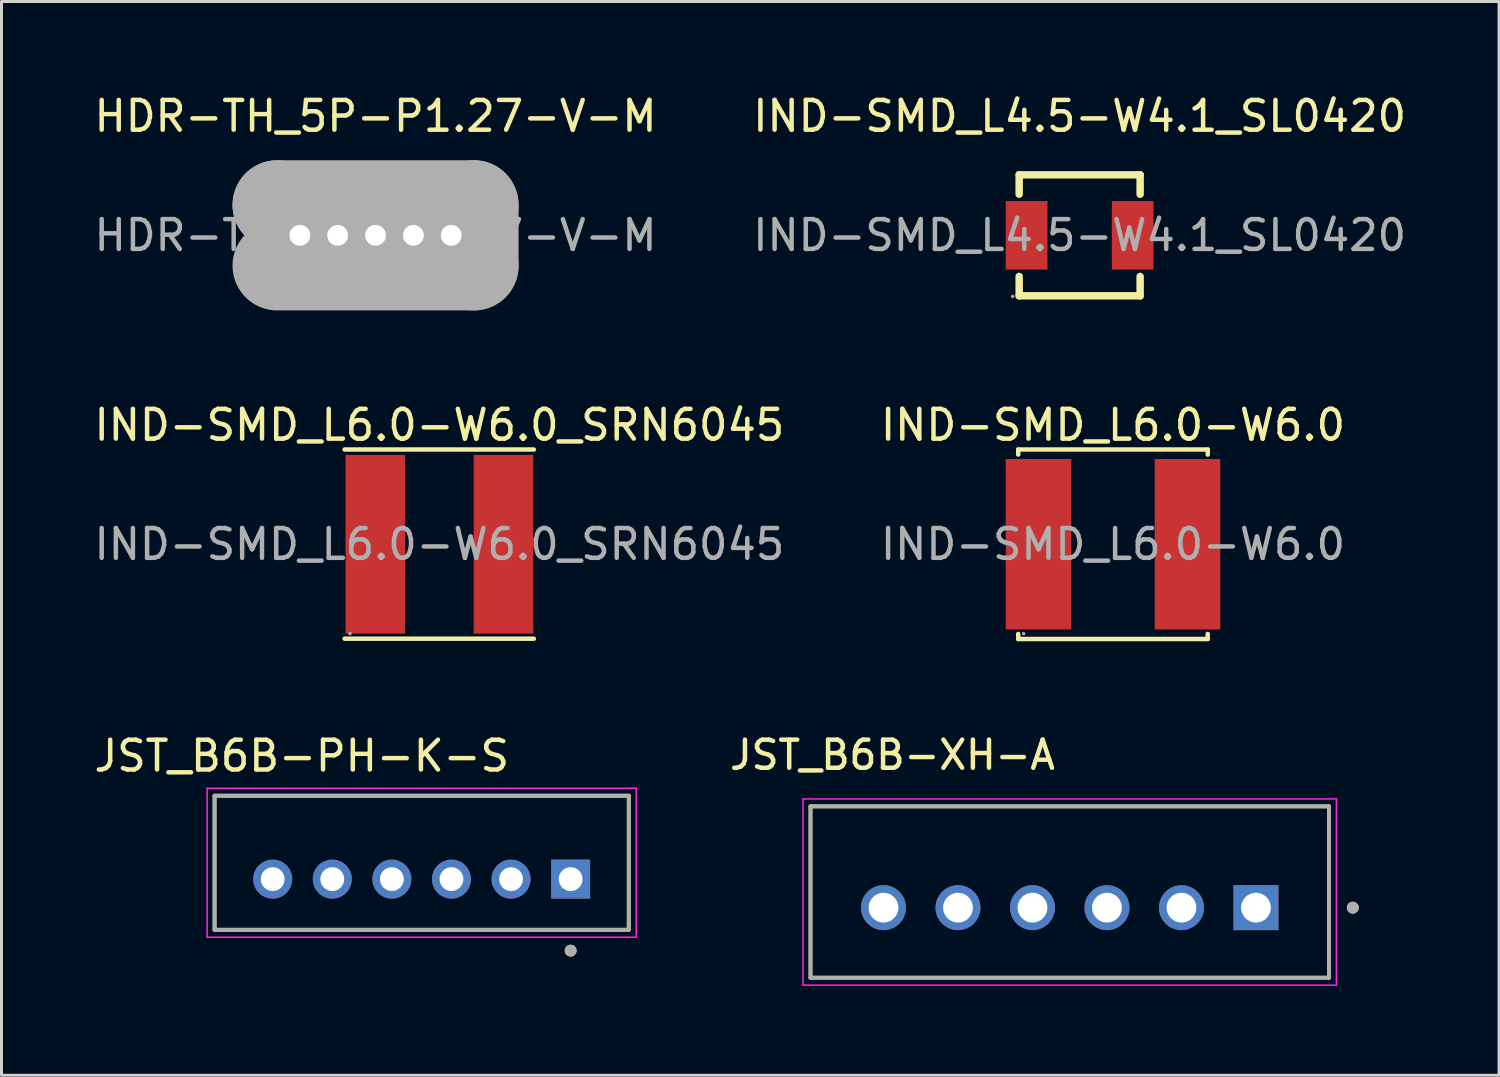
<source format=kicad_pcb>
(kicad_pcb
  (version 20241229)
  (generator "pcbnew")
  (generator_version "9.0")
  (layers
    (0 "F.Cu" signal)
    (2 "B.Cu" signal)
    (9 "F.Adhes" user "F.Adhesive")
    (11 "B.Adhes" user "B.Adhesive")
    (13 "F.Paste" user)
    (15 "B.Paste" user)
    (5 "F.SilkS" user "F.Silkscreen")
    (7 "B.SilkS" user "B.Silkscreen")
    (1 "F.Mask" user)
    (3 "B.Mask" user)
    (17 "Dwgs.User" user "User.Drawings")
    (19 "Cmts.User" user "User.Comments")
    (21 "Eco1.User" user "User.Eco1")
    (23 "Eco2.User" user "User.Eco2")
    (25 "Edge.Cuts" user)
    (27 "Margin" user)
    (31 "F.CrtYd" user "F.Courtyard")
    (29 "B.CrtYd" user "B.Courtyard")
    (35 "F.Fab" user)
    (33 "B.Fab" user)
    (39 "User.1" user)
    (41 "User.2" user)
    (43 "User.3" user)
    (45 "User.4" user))
  (footprint "JST_B6B-PH-K-S"
    (layer "F.Cu")
    (at 11.102 25.905)
    (property "Reference" "JST_B6B-PH-K-S" (at -4.025 -3.585 0) (layer "F.SilkS") (effects (font (size 1 1) (thickness 0.15))))
    (attr through_hole)
    (fp_line (start -6.95 -2.25) (end 6.95 -2.25) (stroke (width 0.127) (type solid)) (layer "F.SilkS"))
    (fp_line (start -6.95 2.25) (end -6.95 -2.25) (stroke (width 0.127) (type solid)) (layer "F.SilkS"))
    (fp_line (start 6.95 -2.25) (end 6.95 2.25) (stroke (width 0.127) (type solid)) (layer "F.SilkS"))
    (fp_line (start 6.95 2.25) (end -6.95 2.25) (stroke (width 0.127) (type solid)) (layer "F.SilkS"))
    (fp_circle (center 5 2.95) (end 5.1 2.95) (stroke (width 0.2) (type solid)) (fill no) (layer "F.SilkS"))
    (fp_line (start -7.2 -2.5) (end 7.2 -2.5) (stroke (width 0.05) (type solid)) (layer "F.CrtYd"))
    (fp_line (start -7.2 2.5) (end -7.2 -2.5) (stroke (width 0.05) (type solid)) (layer "F.CrtYd"))
    (fp_line (start 7.2 -2.5) (end 7.2 2.5) (stroke (width 0.05) (type solid)) (layer "F.CrtYd"))
    (fp_line (start 7.2 2.5) (end -7.2 2.5) (stroke (width 0.05) (type solid)) (layer "F.CrtYd"))
    (fp_line (start -6.95 -2.25) (end 6.95 -2.25) (stroke (width 0.127) (type solid)) (layer "F.Fab"))
    (fp_line (start -6.95 2.25) (end -6.95 -2.25) (stroke (width 0.127) (type solid)) (layer "F.Fab"))
    (fp_line (start 6.95 -2.25) (end 6.95 2.25) (stroke (width 0.127) (type solid)) (layer "F.Fab"))
    (fp_line (start 6.95 2.25) (end -6.95 2.25) (stroke (width 0.127) (type solid)) (layer "F.Fab"))
    (fp_circle (center 5 2.95) (end 5.1 2.95) (stroke (width 0.2) (type solid)) (fill no) (layer "F.Fab"))
    (pad "1" thru_hole rect (at 5 0.55) (size 1.308 1.308) (drill 0.8) (layers "*.Cu" "*.Mask"))
    (pad "2" thru_hole circle (at 3 0.55) (size 1.308 1.308) (drill 0.8) (layers "*.Cu" "*.Mask"))
    (pad "3" thru_hole circle (at 1 0.55) (size 1.308 1.308) (drill 0.8) (layers "*.Cu" "*.Mask"))
    (pad "4" thru_hole circle (at -1 0.55) (size 1.308 1.308) (drill 0.8) (layers "*.Cu" "*.Mask"))
    (pad "5" thru_hole circle (at -3 0.55) (size 1.308 1.308) (drill 0.8) (layers "*.Cu" "*.Mask"))
    (pad "6" thru_hole circle (at -5 0.55) (size 1.308 1.308) (drill 0.8) (layers "*.Cu" "*.Mask")))
  (footprint "JST_B6B-XH-A"
    (layer "F.Cu")
    (at 32.852 26.888)
    (property "Reference" "JST_B6B-XH-A" (at -5.95 -4.6 0) (layer "F.SilkS") (effects (font (size 0.945 0.945) (thickness 0.15))))
    (attr through_hole)
    (fp_line (start -8.7 -2.875) (end 8.7 -2.875) (stroke (width 0.127) (type solid)) (layer "F.SilkS"))
    (fp_line (start -8.7 2.875) (end -8.7 -2.875) (stroke (width 0.127) (type solid)) (layer "F.SilkS"))
    (fp_line (start 8.7 -2.875) (end 8.7 2.875) (stroke (width 0.127) (type solid)) (layer "F.SilkS"))
    (fp_line (start 8.7 2.875) (end -8.7 2.875) (stroke (width 0.127) (type solid)) (layer "F.SilkS"))
    (fp_circle (center 9.5 0.525) (end 9.6 0.525) (stroke (width 0.2) (type solid)) (fill no) (layer "F.SilkS"))
    (fp_line (start -8.95 -3.125) (end 8.95 -3.125) (stroke (width 0.05) (type solid)) (layer "F.CrtYd"))
    (fp_line (start -8.95 3.125) (end -8.95 -3.125) (stroke (width 0.05) (type solid)) (layer "F.CrtYd"))
    (fp_line (start 8.95 -3.125) (end 8.95 3.125) (stroke (width 0.05) (type solid)) (layer "F.CrtYd"))
    (fp_line (start 8.95 3.125) (end -8.95 3.125) (stroke (width 0.05) (type solid)) (layer "F.CrtYd"))
    (fp_line (start -8.7 -2.875) (end 8.7 -2.875) (stroke (width 0.127) (type solid)) (layer "F.Fab"))
    (fp_line (start -8.7 2.875) (end -8.7 -2.875) (stroke (width 0.127) (type solid)) (layer "F.Fab"))
    (fp_line (start 8.7 -2.875) (end 8.7 2.875) (stroke (width 0.127) (type solid)) (layer "F.Fab"))
    (fp_line (start 8.7 2.875) (end -8.7 2.875) (stroke (width 0.127) (type solid)) (layer "F.Fab"))
    (fp_circle (center 9.5 0.525) (end 9.6 0.525) (stroke (width 0.2) (type solid)) (fill no) (layer "F.Fab"))
    (pad "1" thru_hole rect (at 6.25 0.525) (size 1.508 1.508) (drill 1) (layers "*.Cu" "*.Mask"))
    (pad "2" thru_hole circle (at 3.75 0.525) (size 1.508 1.508) (drill 1) (layers "*.Cu" "*.Mask"))
    (pad "3" thru_hole circle (at 1.25 0.525) (size 1.508 1.508) (drill 1) (layers "*.Cu" "*.Mask"))
    (pad "4" thru_hole circle (at -1.25 0.525) (size 1.508 1.508) (drill 1) (layers "*.Cu" "*.Mask"))
    (pad "5" thru_hole circle (at -3.75 0.525) (size 1.508 1.508) (drill 1) (layers "*.Cu" "*.Mask"))
    (pad "6" thru_hole circle (at -6.25 0.525) (size 1.508 1.508) (drill 1) (layers "*.Cu" "*.Mask")))
  (footprint "IND-SMD_L6.0-W6.0_SRN6045"
    (layer "F.Cu")
    (at 11.696 15.216)
    (property "Reference" "IND-SMD_L6.0-W6.0_SRN6045" (at 0 -4 0) (layer "F.SilkS") (effects (font (size 1 1) (thickness 0.15))))
    (attr through_hole)
    (fp_line (start -3.18 -3.18) (end 3.17 -3.18) (stroke (width 0.15) (type solid)) (layer "F.SilkS"))
    (fp_line (start -3.18 3.17) (end 3.17 3.17) (stroke (width 0.15) (type solid)) (layer "F.SilkS"))
    (fp_circle (center -3 3) (end -2.97 3) (stroke (width 0.06) (type solid)) (fill no) (layer "F.Fab"))
    (fp_text user "${REFERENCE}" (at 0 0 0) (layer "F.Fab") (effects (font (size 1 1) (thickness 0.15))))
    (pad "1" smd rect (at -2.15 0) (size 2 6) (layers "F.Cu" "F.Mask" "F.Paste"))
    (pad "2" smd rect (at 2.15 0) (size 2 6) (layers "F.Cu" "F.Mask" "F.Paste")))
  (footprint "HDR-TH_5P-P1.27-V-M"
    (layer "F.Cu")
    (at 9.554 4.848)
    (property "Reference" "HDR-TH_5P-P1.27-V-M" (at 0 -4 0) (layer "F.SilkS") (effects (font (size 1 1) (thickness 0.15))))
    (attr through_hole)
    (fp_line (start -3.3 -1.02) (end -3.3 -1.02) (stroke (width 3) (type solid)) (layer "F.Fab"))
    (fp_line (start -3.3 -1.02) (end 3.3 -1.02) (stroke (width 3) (type solid)) (layer "F.Fab"))
    (fp_line (start 3.3 -1.02) (end 3.3 1.02) (stroke (width 3) (type solid)) (layer "F.Fab"))
    (fp_line (start 3.3 1.02) (end -3.3 1.02) (stroke (width 3) (type solid)) (layer "F.Fab"))
    (fp_circle (center -3.17 1) (end -3.14 1) (stroke (width 0.06) (type solid)) (fill no) (layer "F.Fab"))
    (fp_text user "${REFERENCE}" (at 0 0 0) (layer "F.Fab") (effects (font (size 1 1) (thickness 0.15))))
    (pad "1" thru_hole rect (at -2.54 0) (size 1 1) (drill 0.7) (layers "*.Cu" "*.Mask"))
    (pad "2" thru_hole circle (at -1.27 0) (size 1 1) (drill 0.7) (layers "*.Cu" "*.Mask"))
    (pad "3" thru_hole circle (at 0 0) (size 1 1) (drill 0.7) (layers "*.Cu" "*.Mask"))
    (pad "4" thru_hole circle (at 1.27 0) (size 1 1) (drill 0.7) (layers "*.Cu" "*.Mask"))
    (pad "5" thru_hole circle (at 2.54 0) (size 1 1) (drill 0.7) (layers "*.Cu" "*.Mask")))
  (footprint "IND-SMD_L4.5-W4.1_SL0420"
    (layer "F.Cu")
    (at 33.185 4.848)
    (property "Reference" "IND-SMD_L4.5-W4.1_SL0420" (at 0 -4 0) (layer "F.SilkS") (effects (font (size 1 1) (thickness 0.15))))
    (attr smd)
    (fp_line (start -2.03 -2.03) (end -2.03 -1.38) (stroke (width 0.25) (type solid)) (layer "F.SilkS"))
    (fp_line (start -2.03 1.38) (end -2.03 2.03) (stroke (width 0.25) (type solid)) (layer "F.SilkS"))
    (fp_line (start -2.03 2.03) (end 2.03 2.03) (stroke (width 0.25) (type solid)) (layer "F.SilkS"))
    (fp_line (start 2.03 -2.03) (end -2.03 -2.03) (stroke (width 0.25) (type solid)) (layer "F.SilkS"))
    (fp_line (start 2.03 -1.38) (end 2.03 -2.03) (stroke (width 0.25) (type solid)) (layer "F.SilkS"))
    (fp_line (start 2.03 2.03) (end 2.03 1.38) (stroke (width 0.25) (type solid)) (layer "F.SilkS"))
    (fp_circle (center -2.25 2.05) (end -2.22 2.05) (stroke (width 0.06) (type solid)) (fill no) (layer "F.Fab"))
    (fp_text user "${REFERENCE}" (at 0 0 0) (layer "F.Fab") (effects (font (size 1 1) (thickness 0.15))))
    (pad "1" smd rect (at -1.78 0) (size 1.4 2.3) (layers "F.Cu" "F.Mask" "F.Paste"))
    (pad "2" smd rect (at 1.78 0) (size 1.4 2.3) (layers "F.Cu" "F.Mask" "F.Paste")))
  (footprint "IND-SMD_L6.0-W6.0"
    (layer "F.Cu")
    (at 34.304 15.216)
    (property "Reference" "IND-SMD_L6.0-W6.0" (at 0 -4 0) (layer "F.SilkS") (effects (font (size 1 1) (thickness 0.15))))
    (attr smd)
    (fp_line (start -3.18 -3.18) (end 3.18 -3.18) (stroke (width 0.15) (type solid)) (layer "F.SilkS"))
    (fp_line (start -3.18 -3.01) (end -3.18 -3.18) (stroke (width 0.15) (type solid)) (layer "F.SilkS"))
    (fp_line (start -3.18 3.01) (end -3.18 3.18) (stroke (width 0.15) (type solid)) (layer "F.SilkS"))
    (fp_line (start -3.18 3.18) (end 3.18 3.18) (stroke (width 0.15) (type solid)) (layer "F.SilkS"))
    (fp_line (start 3.18 -3.18) (end 3.18 -3.01) (stroke (width 0.15) (type solid)) (layer "F.SilkS"))
    (fp_line (start 3.18 3.18) (end 3.18 3.01) (stroke (width 0.15) (type solid)) (layer "F.SilkS"))
    (fp_circle (center -3 3) (end -2.97 3) (stroke (width 0.06) (type solid)) (fill no) (layer "F.Fab"))
    (fp_text user "${REFERENCE}" (at 0 0 0) (layer "F.Fab") (effects (font (size 1 1) (thickness 0.15))))
    (pad "1" smd rect (at -2.5 0) (size 2.2 5.72) (layers "F.Cu" "F.Mask" "F.Paste"))
    (pad "2" smd rect (at 2.5 0) (size 2.2 5.72) (layers "F.Cu" "F.Mask" "F.Paste")))
  (gr_rect
    (start -3 -3)
    (end 47.262 33.038)
    (stroke (width 0.1) (type default))
    (fill no)
    (layer "Edge.Cuts")))
</source>
